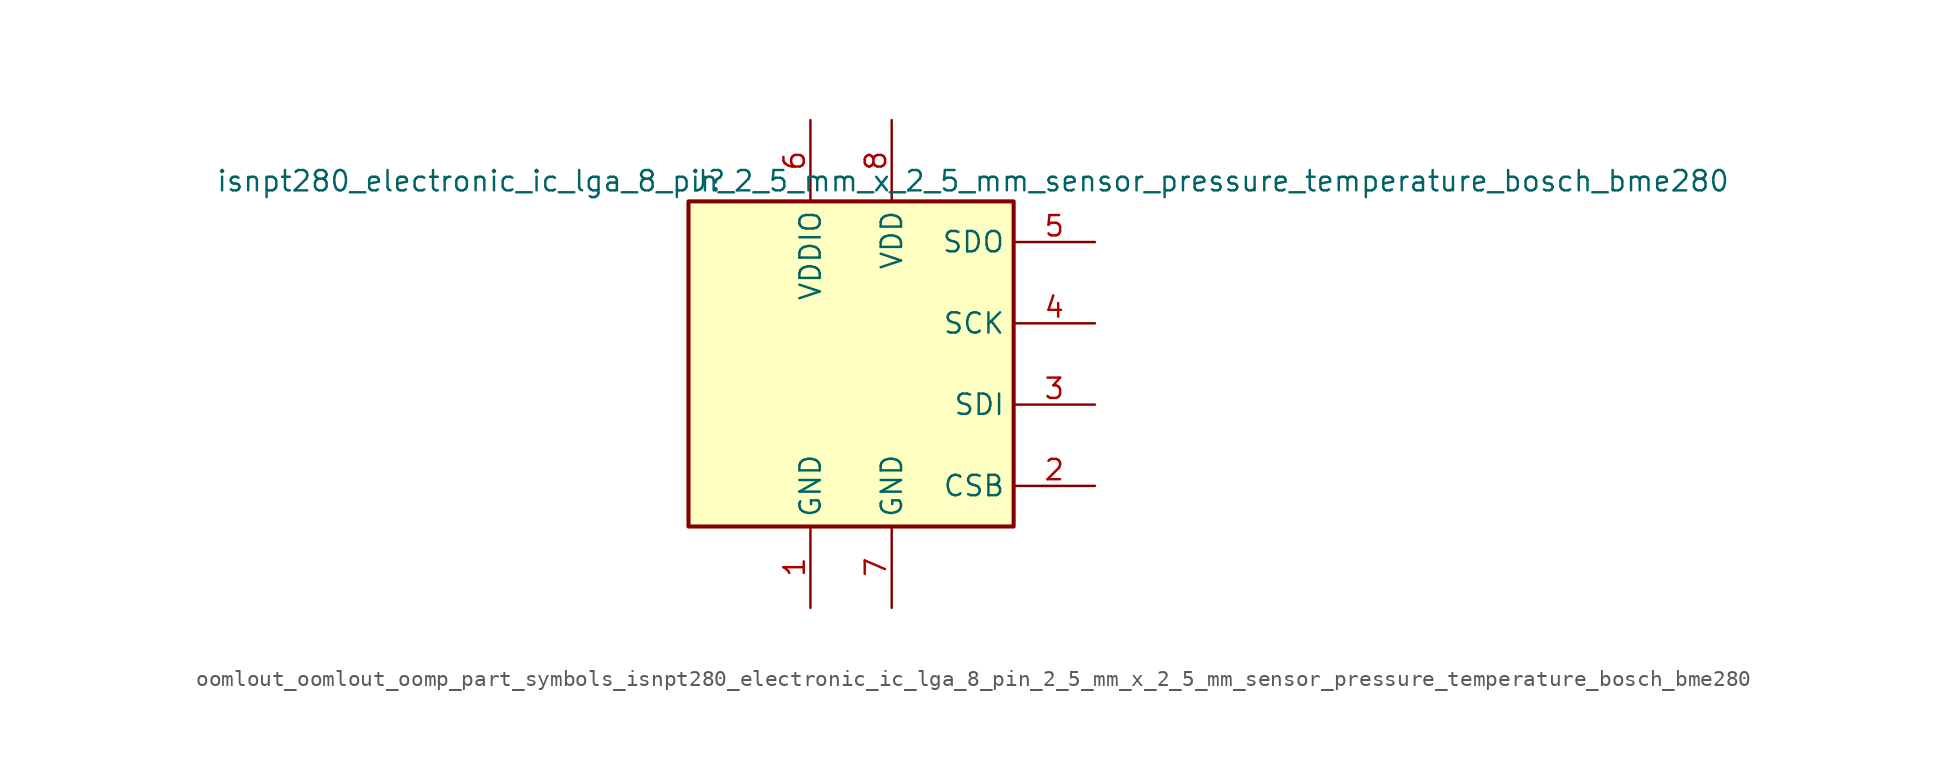
<source format=kicad_sym>
(kicad_symbol_lib
  (version 20220914)
  (generator kicad_symbol_editor)
  (symbol "oomlout_oomlout_oomp_part_symbols_isnpt280_electronic_ic_lga_8_pin_2_5_mm_x_2_5_mm_sensor_pressure_temperature_bosch_bme280"
    (property "Reference" "J"
      (at -8.89 11.43 0)
      (effects (font (size 1.27 1.27))))
    (property "Value" "isnpt280_electronic_ic_lga_8_pin_2_5_mm_x_2_5_mm_sensor_pressure_temperature_bosch_bme280"
      (at 7.62 11.43 0)
      (effects (font (size 1.27 1.27))))
    (symbol "oomlout_oomlout_oomp_part_symbols_isnpt280_electronic_ic_lga_8_pin_2_5_mm_x_2_5_mm_sensor_pressure_temperature_bosch_bme280_0_1"
      (rectangle (start -10.16 10.16) (end 10.16 -10.16) (stroke (width 0.254) (type default)) (fill (type background))))
    (symbol "oomlout_oomlout_oomp_part_symbols_isnpt280_electronic_ic_lga_8_pin_2_5_mm_x_2_5_mm_sensor_pressure_temperature_bosch_bme280_1_1"
      (pin power_in line (at -2.54 -15.24 90) (length 5.08) (name "GND" (effects (font (size 1.27 1.27)))) (number "1" (effects (font (size 1.27 1.27)))))
      (pin input line (at 15.24 -7.62 180) (length 5.08) (name "CSB" (effects (font (size 1.27 1.27)))) (number "2" (effects (font (size 1.27 1.27)))))
      (pin bidirectional line (at 15.24 -2.54 180) (length 5.08) (name "SDI" (effects (font (size 1.27 1.27)))) (number "3" (effects (font (size 1.27 1.27)))))
      (pin input line (at 15.24 2.54 180) (length 5.08) (name "SCK" (effects (font (size 1.27 1.27)))) (number "4" (effects (font (size 1.27 1.27)))))
      (pin bidirectional line (at 15.24 7.62 180) (length 5.08) (name "SDO" (effects (font (size 1.27 1.27)))) (number "5" (effects (font (size 1.27 1.27)))))
      (pin power_in line (at -2.54 15.24 270) (length 5.08) (name "VDDIO" (effects (font (size 1.27 1.27)))) (number "6" (effects (font (size 1.27 1.27)))))
      (pin power_in line (at 2.54 -15.24 90) (length 5.08) (name "GND" (effects (font (size 1.27 1.27)))) (number "7" (effects (font (size 1.27 1.27)))))
      (pin power_in line (at 2.54 15.24 270) (length 5.08) (name "VDD" (effects (font (size 1.27 1.27)))) (number "8" (effects (font (size 1.27 1.27))))))))
</source>
